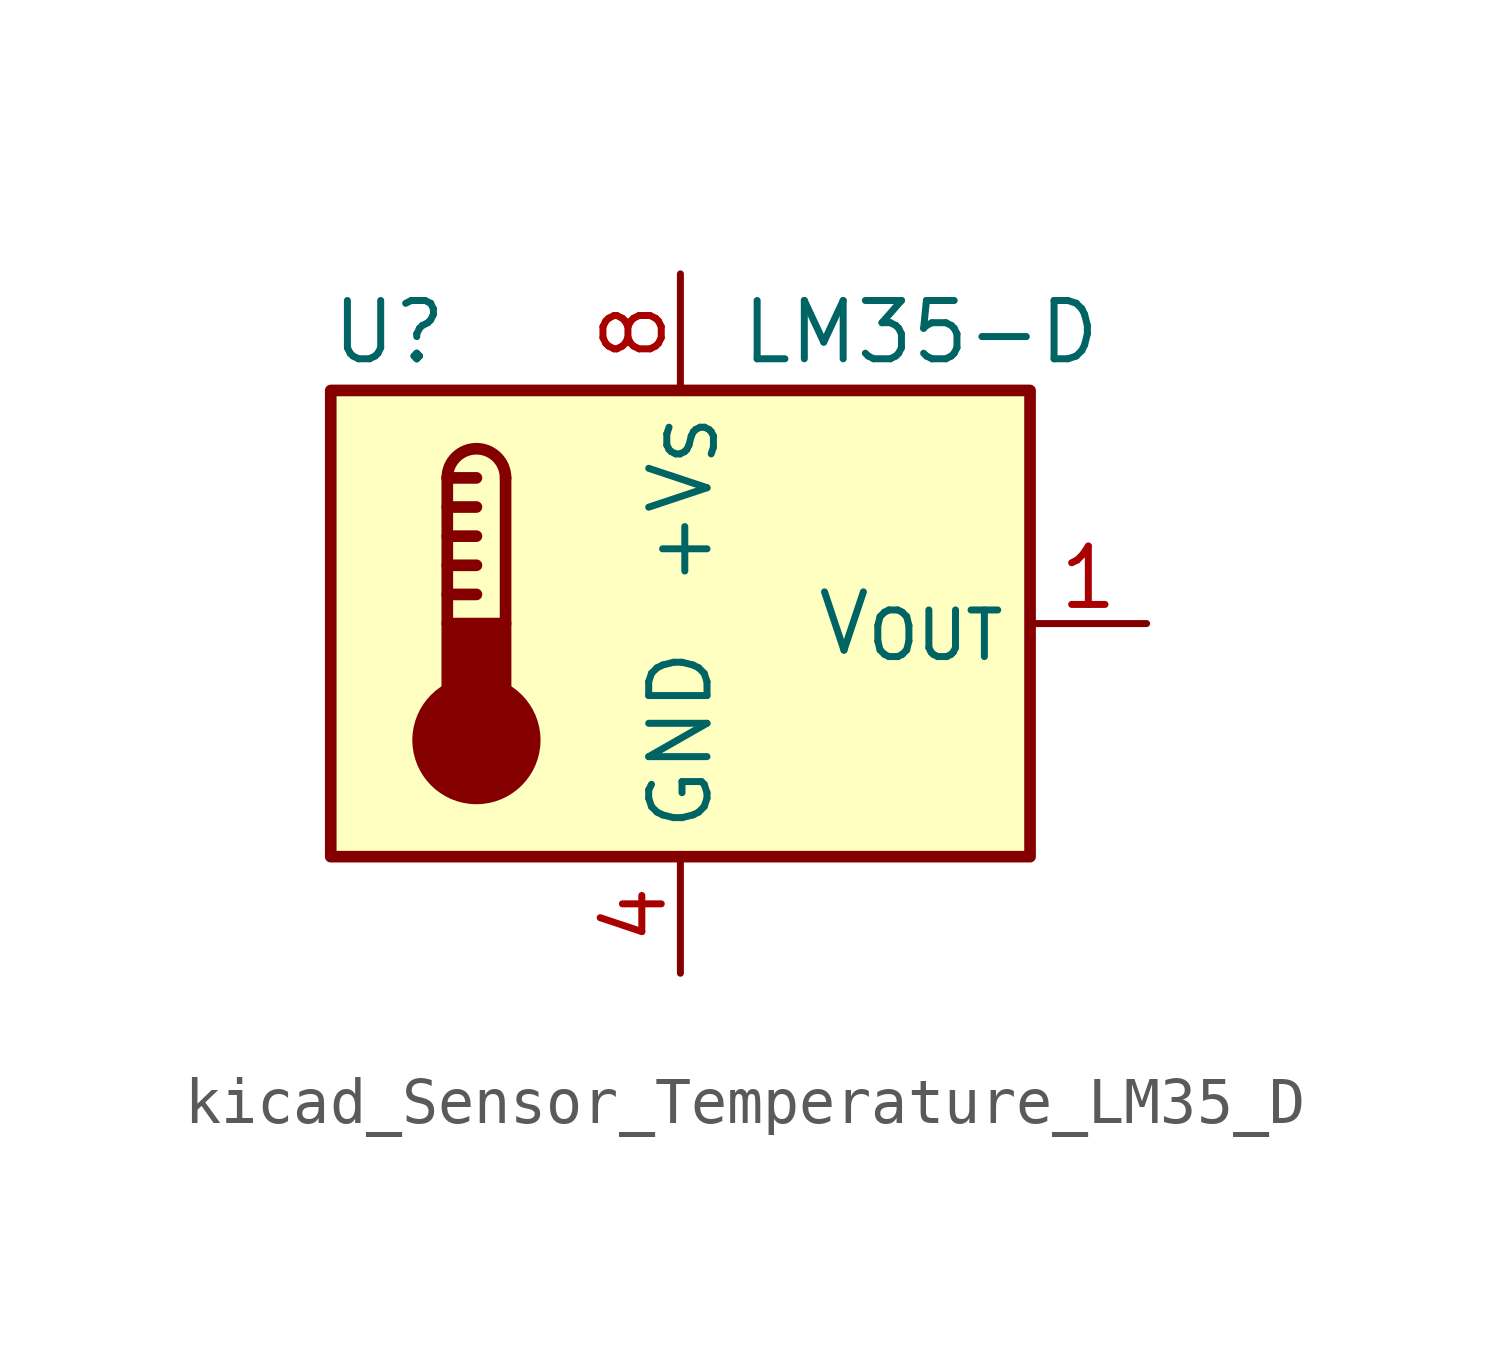
<source format=kicad_sym>
(kicad_symbol_lib
  (version 20220914)
  (generator kicad_symbol_editor)
  (symbol "kicad_Sensor_Temperature_LM35_D"
    (property "Reference" "U"
      (at -6.35 6.35 0)
      (effects (font (size 1.27 1.27))))
    (property "Value" "LM35-D"
      (at 1.27 6.35 0)
      (effects (font (size 1.27 1.27)) (justify left)))
    (symbol "kicad_Sensor_Temperature_LM35_D_0_1"
      (rectangle (start -7.62 5.08) (end 7.62 -5.08) (stroke (width 0.254) (type default)) (fill (type background)))
      (circle (center -4.445 -2.54) (radius 1.27) (stroke (width 0.254) (type default)) (fill (type outline)))
      (rectangle (start -3.81 -1.905) (end -5.08 0) (stroke (width 0.254) (type default)) (fill (type outline)))
      (arc (start -3.81 3.175) (mid -4.445 3.8073) (end -5.08 3.175) (stroke (width 0.254) (type default)) (fill (type none)))
      (polyline (pts (xy -5.08 0.635) (xy -4.445 0.635)) (stroke (width 0.254) (type default)) (fill (type none)))
      (polyline (pts (xy -5.08 1.27) (xy -4.445 1.27)) (stroke (width 0.254) (type default)) (fill (type none)))
      (polyline (pts (xy -5.08 1.905) (xy -4.445 1.905)) (stroke (width 0.254) (type default)) (fill (type none)))
      (polyline (pts (xy -5.08 2.54) (xy -4.445 2.54)) (stroke (width 0.254) (type default)) (fill (type none)))
      (polyline (pts (xy -5.08 3.175) (xy -5.08 0)) (stroke (width 0.254) (type default)) (fill (type none)))
      (polyline (pts (xy -5.08 3.175) (xy -4.445 3.175)) (stroke (width 0.254) (type default)) (fill (type none)))
      (polyline (pts (xy -3.81 3.175) (xy -3.81 0)) (stroke (width 0.254) (type default)) (fill (type none))))
    (symbol "kicad_Sensor_Temperature_LM35_D_1_1"
      (pin output line (at 10.16 0 180) (length 2.54) (name "V_{OUT}" (effects (font (size 1.27 1.27)))) (number "1" (effects (font (size 1.27 1.27)))))
      (pin no_connect line (at -2.54 -5.08 90) (length 2.54) hide (name "NC" (effects (font (size 1.27 1.27)))) (number "2" (effects (font (size 1.27 1.27)))))
      (pin no_connect line (at -2.54 5.08 270) (length 2.54) hide (name "NC" (effects (font (size 1.27 1.27)))) (number "3" (effects (font (size 1.27 1.27)))))
      (pin power_in line (at 0 -7.62 90) (length 2.54) (name "GND" (effects (font (size 1.27 1.27)))) (number "4" (effects (font (size 1.27 1.27)))))
      (pin no_connect line (at 2.54 -5.08 90) (length 2.54) hide (name "NC" (effects (font (size 1.27 1.27)))) (number "5" (effects (font (size 1.27 1.27)))))
      (pin no_connect line (at 5.08 -5.08 90) (length 2.54) hide (name "NC" (effects (font (size 1.27 1.27)))) (number "6" (effects (font (size 1.27 1.27)))))
      (pin no_connect line (at 7.62 2.54 180) (length 2.54) hide (name "NC" (effects (font (size 1.27 1.27)))) (number "7" (effects (font (size 1.27 1.27)))))
      (pin power_in line (at 0 7.62 270) (length 2.54) (name "+V_{S}" (effects (font (size 1.27 1.27)))) (number "8" (effects (font (size 1.27 1.27))))))))
</source>
